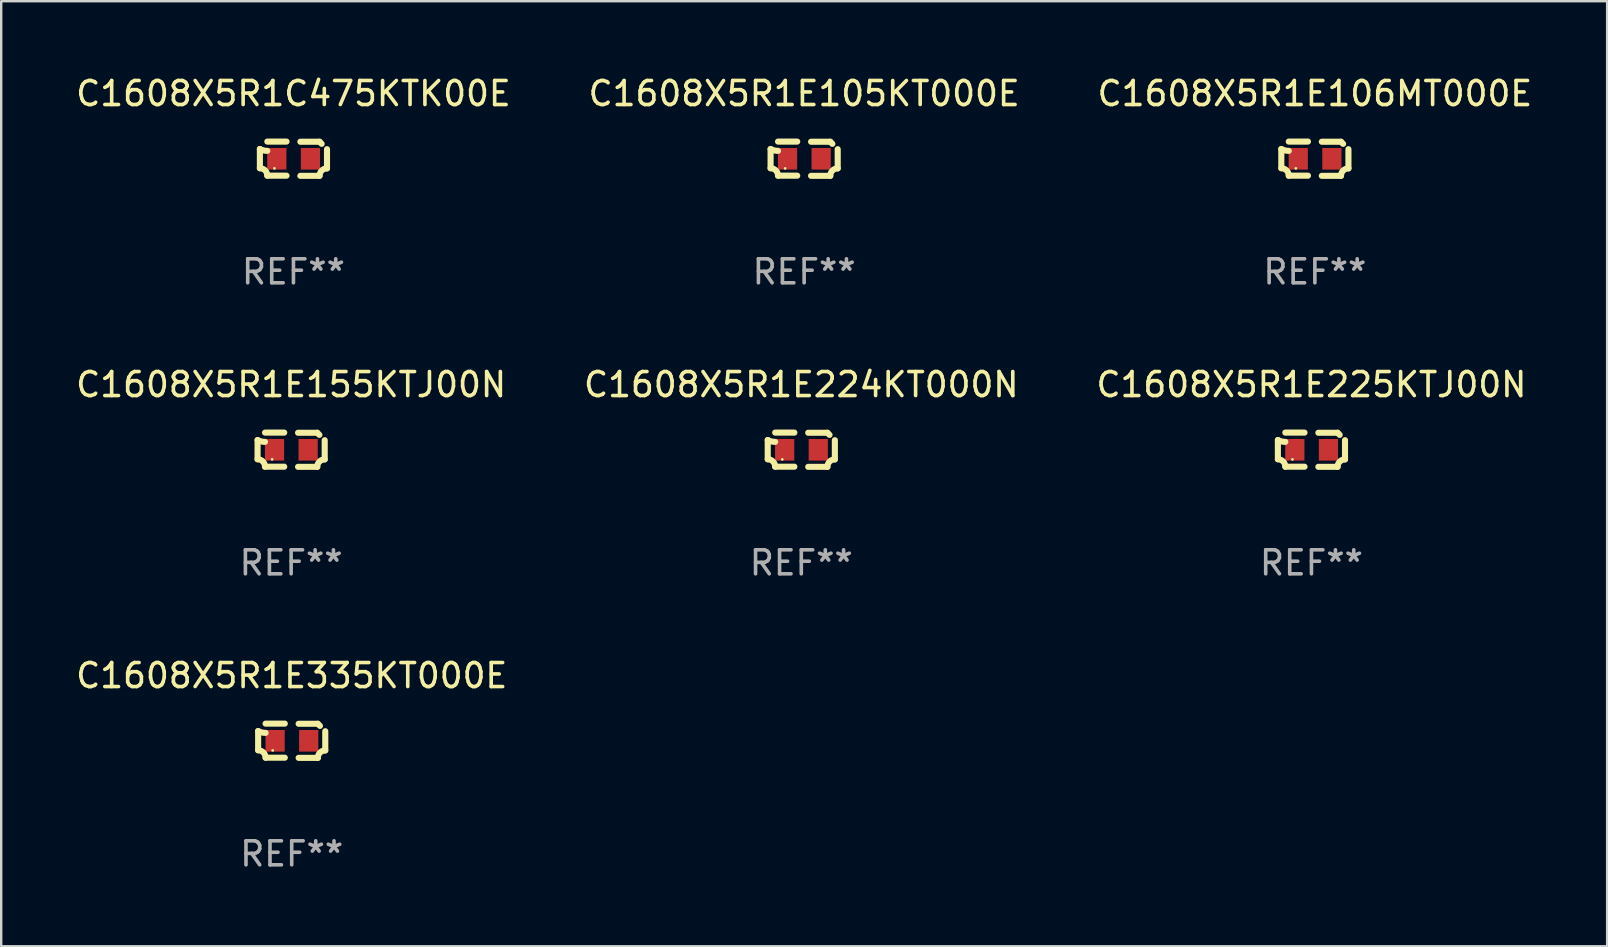
<source format=kicad_pcb>
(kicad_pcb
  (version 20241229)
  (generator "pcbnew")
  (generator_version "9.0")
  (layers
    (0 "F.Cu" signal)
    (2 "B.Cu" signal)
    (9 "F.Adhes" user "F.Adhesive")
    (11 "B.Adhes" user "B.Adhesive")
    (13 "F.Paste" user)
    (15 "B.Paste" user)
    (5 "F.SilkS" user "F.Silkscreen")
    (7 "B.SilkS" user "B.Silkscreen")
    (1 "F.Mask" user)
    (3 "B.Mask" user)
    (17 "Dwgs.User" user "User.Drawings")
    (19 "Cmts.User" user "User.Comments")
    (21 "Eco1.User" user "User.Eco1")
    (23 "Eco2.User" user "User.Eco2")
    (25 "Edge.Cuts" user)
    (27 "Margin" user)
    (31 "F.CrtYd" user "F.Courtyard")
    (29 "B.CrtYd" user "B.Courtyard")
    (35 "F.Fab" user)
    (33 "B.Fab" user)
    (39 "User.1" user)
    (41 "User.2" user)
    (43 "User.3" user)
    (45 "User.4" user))
  (footprint "C1608X5R1E224KT000N"
    (layer "F.Cu")
    (at 30.327 15.683)
    (property "Reference" "C1608X5R1E224KT000N" (at 0 -2.713 0) (layer "F.SilkS") (effects (font (size 1 1) (thickness 0.15))))
    (attr through_hole)
    (fp_line (start -1.398 -0.403) (end -1.398 0.397) (stroke (width 0.254) (type solid)) (layer "F.SilkS"))
    (fp_line (start -0.288 -0.713) (end -1.088 -0.713) (stroke (width 0.254) (type solid)) (layer "F.SilkS"))
    (fp_line (start -0.288 0.707) (end -1.088 0.707) (stroke (width 0.254) (type solid)) (layer "F.SilkS"))
    (fp_line (start 0.288 -0.707) (end 1.088 -0.707) (stroke (width 0.254) (type solid)) (layer "F.SilkS"))
    (fp_line (start 0.288 0.713) (end 1.088 0.713) (stroke (width 0.254) (type solid)) (layer "F.SilkS"))
    (fp_line (start 1.398 -0.397) (end 1.398 0.403) (stroke (width 0.254) (type solid)) (layer "F.SilkS"))
    (fp_arc (start -1.397789 0.397066) (mid -1.178701 0.487826) (end -1.08796 0.706922) (stroke (width 0.254001) (type solid)) (layer "F.SilkS"))
    (fp_arc (start -1.08796 -0.327176) (mid -1.247436 -0.346384) (end -1.39779 -0.402908) (stroke (width 0.254001) (type solid)) (layer "F.SilkS"))
    (fp_arc (start 1.087909 0.712738) (mid 1.178656 0.493655) (end 1.397739 0.402908) (stroke (width 0.254001) (type solid)) (layer "F.SilkS"))
    (fp_arc (start 1.175925 -0.618926) (mid 1.131917 -0.662923) (end 1.08791 -0.706922) (stroke (width 0.254001) (type solid)) (layer "F.SilkS"))
    (fp_circle (center -0.792 0.403) (end -0.762 0.403) (stroke (width 0.06) (type solid)) (fill no) (layer "F.SilkS"))
    (fp_text user "REF**" (at 0 4.713 0) (layer "F.Fab") (effects (font (size 1 1) (thickness 0.15))))
    (pad "1" smd rect (at -0.692 0.003) (size 0.8 0.9) (layers "F.Cu" "F.Mask" "F.Paste"))
    (pad "2" smd rect (at 0.708 0.003) (size 0.8 0.9) (layers "F.Cu" "F.Mask" "F.Paste")))
  (footprint "C1608X5R1E335KT000E"
    (layer "F.Cu")
    (at 9.101 27.805)
    (property "Reference" "C1608X5R1E335KT000E" (at 0 -2.713 0) (layer "F.SilkS") (effects (font (size 1 1) (thickness 0.15))))
    (attr through_hole)
    (fp_line (start -1.398 -0.403) (end -1.398 0.397) (stroke (width 0.254) (type solid)) (layer "F.SilkS"))
    (fp_line (start -0.288 -0.713) (end -1.088 -0.713) (stroke (width 0.254) (type solid)) (layer "F.SilkS"))
    (fp_line (start -0.288 0.707) (end -1.088 0.707) (stroke (width 0.254) (type solid)) (layer "F.SilkS"))
    (fp_line (start 0.288 -0.707) (end 1.088 -0.707) (stroke (width 0.254) (type solid)) (layer "F.SilkS"))
    (fp_line (start 0.288 0.713) (end 1.088 0.713) (stroke (width 0.254) (type solid)) (layer "F.SilkS"))
    (fp_line (start 1.398 -0.397) (end 1.398 0.403) (stroke (width 0.254) (type solid)) (layer "F.SilkS"))
    (fp_arc (start -1.397789 0.397066) (mid -1.178701 0.487826) (end -1.08796 0.706922) (stroke (width 0.254001) (type solid)) (layer "F.SilkS"))
    (fp_arc (start -1.08796 -0.327176) (mid -1.247436 -0.346384) (end -1.39779 -0.402908) (stroke (width 0.254001) (type solid)) (layer "F.SilkS"))
    (fp_arc (start 1.087909 0.712738) (mid 1.178656 0.493655) (end 1.397739 0.402908) (stroke (width 0.254001) (type solid)) (layer "F.SilkS"))
    (fp_arc (start 1.175925 -0.618926) (mid 1.131917 -0.662923) (end 1.08791 -0.706922) (stroke (width 0.254001) (type solid)) (layer "F.SilkS"))
    (fp_circle (center -0.792 0.403) (end -0.762 0.403) (stroke (width 0.06) (type solid)) (fill no) (layer "F.SilkS"))
    (fp_text user "REF**" (at 0 4.713 0) (layer "F.Fab") (effects (font (size 1 1) (thickness 0.15))))
    (pad "1" smd rect (at -0.692 0.003) (size 0.8 0.9) (layers "F.Cu" "F.Mask" "F.Paste"))
    (pad "2" smd rect (at 0.708 0.003) (size 0.8 0.9) (layers "F.Cu" "F.Mask" "F.Paste")))
  (footprint "C1608X5R1E225KTJ00N"
    (layer "F.Cu")
    (at 51.577 15.683)
    (property "Reference" "C1608X5R1E225KTJ00N" (at 0 -2.713 0) (layer "F.SilkS") (effects (font (size 1 1) (thickness 0.15))))
    (attr through_hole)
    (fp_line (start -1.398 -0.403) (end -1.398 0.397) (stroke (width 0.254) (type solid)) (layer "F.SilkS"))
    (fp_line (start -0.288 -0.713) (end -1.088 -0.713) (stroke (width 0.254) (type solid)) (layer "F.SilkS"))
    (fp_line (start -0.288 0.707) (end -1.088 0.707) (stroke (width 0.254) (type solid)) (layer "F.SilkS"))
    (fp_line (start 0.288 -0.707) (end 1.088 -0.707) (stroke (width 0.254) (type solid)) (layer "F.SilkS"))
    (fp_line (start 0.288 0.713) (end 1.088 0.713) (stroke (width 0.254) (type solid)) (layer "F.SilkS"))
    (fp_line (start 1.398 -0.397) (end 1.398 0.403) (stroke (width 0.254) (type solid)) (layer "F.SilkS"))
    (fp_arc (start -1.397789 0.397066) (mid -1.178701 0.487826) (end -1.08796 0.706922) (stroke (width 0.254001) (type solid)) (layer "F.SilkS"))
    (fp_arc (start -1.08796 -0.327176) (mid -1.247436 -0.346384) (end -1.39779 -0.402908) (stroke (width 0.254001) (type solid)) (layer "F.SilkS"))
    (fp_arc (start 1.087909 0.712738) (mid 1.178656 0.493655) (end 1.397739 0.402908) (stroke (width 0.254001) (type solid)) (layer "F.SilkS"))
    (fp_arc (start 1.175925 -0.618926) (mid 1.131917 -0.662923) (end 1.08791 -0.706922) (stroke (width 0.254001) (type solid)) (layer "F.SilkS"))
    (fp_circle (center -0.792 0.403) (end -0.762 0.403) (stroke (width 0.06) (type solid)) (fill no) (layer "F.SilkS"))
    (fp_text user "REF**" (at 0 4.713 0) (layer "F.Fab") (effects (font (size 1 1) (thickness 0.15))))
    (pad "1" smd rect (at -0.692 0.003) (size 0.8 0.9) (layers "F.Cu" "F.Mask" "F.Paste"))
    (pad "2" smd rect (at 0.708 0.003) (size 0.8 0.9) (layers "F.Cu" "F.Mask" "F.Paste")))
  (footprint "C1608X5R1E155KTJ00N"
    (layer "F.Cu")
    (at 9.077 15.683)
    (property "Reference" "C1608X5R1E155KTJ00N" (at 0 -2.713 0) (layer "F.SilkS") (effects (font (size 1 1) (thickness 0.15))))
    (attr through_hole)
    (fp_line (start -1.398 -0.403) (end -1.398 0.397) (stroke (width 0.254) (type solid)) (layer "F.SilkS"))
    (fp_line (start -0.288 -0.713) (end -1.088 -0.713) (stroke (width 0.254) (type solid)) (layer "F.SilkS"))
    (fp_line (start -0.288 0.707) (end -1.088 0.707) (stroke (width 0.254) (type solid)) (layer "F.SilkS"))
    (fp_line (start 0.288 -0.707) (end 1.088 -0.707) (stroke (width 0.254) (type solid)) (layer "F.SilkS"))
    (fp_line (start 0.288 0.713) (end 1.088 0.713) (stroke (width 0.254) (type solid)) (layer "F.SilkS"))
    (fp_line (start 1.398 -0.397) (end 1.398 0.403) (stroke (width 0.254) (type solid)) (layer "F.SilkS"))
    (fp_arc (start -1.397789 0.397066) (mid -1.178701 0.487826) (end -1.08796 0.706922) (stroke (width 0.254001) (type solid)) (layer "F.SilkS"))
    (fp_arc (start -1.08796 -0.327176) (mid -1.247436 -0.346384) (end -1.39779 -0.402908) (stroke (width 0.254001) (type solid)) (layer "F.SilkS"))
    (fp_arc (start 1.087909 0.712738) (mid 1.178656 0.493655) (end 1.397739 0.402908) (stroke (width 0.254001) (type solid)) (layer "F.SilkS"))
    (fp_arc (start 1.175925 -0.618926) (mid 1.131917 -0.662923) (end 1.08791 -0.706922) (stroke (width 0.254001) (type solid)) (layer "F.SilkS"))
    (fp_circle (center -0.792 0.403) (end -0.762 0.403) (stroke (width 0.06) (type solid)) (fill no) (layer "F.SilkS"))
    (fp_text user "REF**" (at 0 4.713 0) (layer "F.Fab") (effects (font (size 1 1) (thickness 0.15))))
    (pad "1" smd rect (at -0.692 0.003) (size 0.8 0.9) (layers "F.Cu" "F.Mask" "F.Paste"))
    (pad "2" smd rect (at 0.708 0.003) (size 0.8 0.9) (layers "F.Cu" "F.Mask" "F.Paste")))
  (footprint "C1608X5R1C475KTK00E"
    (layer "F.Cu")
    (at 9.173 3.561)
    (property "Reference" "C1608X5R1C475KTK00E" (at 0 -2.713 0) (layer "F.SilkS") (effects (font (size 1 1) (thickness 0.15))))
    (attr through_hole)
    (fp_line (start -1.398 -0.403) (end -1.398 0.397) (stroke (width 0.254) (type solid)) (layer "F.SilkS"))
    (fp_line (start -0.288 -0.713) (end -1.088 -0.713) (stroke (width 0.254) (type solid)) (layer "F.SilkS"))
    (fp_line (start -0.288 0.707) (end -1.088 0.707) (stroke (width 0.254) (type solid)) (layer "F.SilkS"))
    (fp_line (start 0.288 -0.707) (end 1.088 -0.707) (stroke (width 0.254) (type solid)) (layer "F.SilkS"))
    (fp_line (start 0.288 0.713) (end 1.088 0.713) (stroke (width 0.254) (type solid)) (layer "F.SilkS"))
    (fp_line (start 1.398 -0.397) (end 1.398 0.403) (stroke (width 0.254) (type solid)) (layer "F.SilkS"))
    (fp_arc (start -1.397789 0.397066) (mid -1.178701 0.487826) (end -1.08796 0.706922) (stroke (width 0.254001) (type solid)) (layer "F.SilkS"))
    (fp_arc (start -1.08796 -0.327176) (mid -1.247436 -0.346384) (end -1.39779 -0.402908) (stroke (width 0.254001) (type solid)) (layer "F.SilkS"))
    (fp_arc (start 1.087909 0.712738) (mid 1.178656 0.493655) (end 1.397739 0.402908) (stroke (width 0.254001) (type solid)) (layer "F.SilkS"))
    (fp_arc (start 1.175925 -0.618926) (mid 1.131917 -0.662923) (end 1.08791 -0.706922) (stroke (width 0.254001) (type solid)) (layer "F.SilkS"))
    (fp_circle (center -0.792 0.403) (end -0.762 0.403) (stroke (width 0.06) (type solid)) (fill no) (layer "F.SilkS"))
    (fp_text user "REF**" (at 0 4.713 0) (layer "F.Fab") (effects (font (size 1 1) (thickness 0.15))))
    (pad "1" smd rect (at -0.692 0.003) (size 0.8 0.9) (layers "F.Cu" "F.Mask" "F.Paste"))
    (pad "2" smd rect (at 0.708 0.003) (size 0.8 0.9) (layers "F.Cu" "F.Mask" "F.Paste")))
  (footprint "C1608X5R1E106MT000E"
    (layer "F.Cu")
    (at 51.72 3.561)
    (property "Reference" "C1608X5R1E106MT000E" (at 0 -2.713 0) (layer "F.SilkS") (effects (font (size 1 1) (thickness 0.15))))
    (attr through_hole)
    (fp_line (start -1.398 -0.403) (end -1.398 0.397) (stroke (width 0.254) (type solid)) (layer "F.SilkS"))
    (fp_line (start -0.288 -0.713) (end -1.088 -0.713) (stroke (width 0.254) (type solid)) (layer "F.SilkS"))
    (fp_line (start -0.288 0.707) (end -1.088 0.707) (stroke (width 0.254) (type solid)) (layer "F.SilkS"))
    (fp_line (start 0.288 -0.707) (end 1.088 -0.707) (stroke (width 0.254) (type solid)) (layer "F.SilkS"))
    (fp_line (start 0.288 0.713) (end 1.088 0.713) (stroke (width 0.254) (type solid)) (layer "F.SilkS"))
    (fp_line (start 1.398 -0.397) (end 1.398 0.403) (stroke (width 0.254) (type solid)) (layer "F.SilkS"))
    (fp_arc (start -1.397789 0.397066) (mid -1.178701 0.487826) (end -1.08796 0.706922) (stroke (width 0.254001) (type solid)) (layer "F.SilkS"))
    (fp_arc (start -1.08796 -0.327176) (mid -1.247436 -0.346384) (end -1.39779 -0.402908) (stroke (width 0.254001) (type solid)) (layer "F.SilkS"))
    (fp_arc (start 1.087909 0.712738) (mid 1.178656 0.493655) (end 1.397739 0.402908) (stroke (width 0.254001) (type solid)) (layer "F.SilkS"))
    (fp_arc (start 1.175925 -0.618926) (mid 1.131917 -0.662923) (end 1.08791 -0.706922) (stroke (width 0.254001) (type solid)) (layer "F.SilkS"))
    (fp_circle (center -0.792 0.403) (end -0.762 0.403) (stroke (width 0.06) (type solid)) (fill no) (layer "F.SilkS"))
    (fp_text user "REF**" (at 0 4.713 0) (layer "F.Fab") (effects (font (size 1 1) (thickness 0.15))))
    (pad "1" smd rect (at -0.692 0.003) (size 0.8 0.9) (layers "F.Cu" "F.Mask" "F.Paste"))
    (pad "2" smd rect (at 0.708 0.003) (size 0.8 0.9) (layers "F.Cu" "F.Mask" "F.Paste")))
  (footprint "C1608X5R1E105KT000E"
    (layer "F.Cu")
    (at 30.446 3.561)
    (property "Reference" "C1608X5R1E105KT000E" (at 0 -2.713 0) (layer "F.SilkS") (effects (font (size 1 1) (thickness 0.15))))
    (attr through_hole)
    (fp_line (start -1.398 -0.403) (end -1.398 0.397) (stroke (width 0.254) (type solid)) (layer "F.SilkS"))
    (fp_line (start -0.288 -0.713) (end -1.088 -0.713) (stroke (width 0.254) (type solid)) (layer "F.SilkS"))
    (fp_line (start -0.288 0.707) (end -1.088 0.707) (stroke (width 0.254) (type solid)) (layer "F.SilkS"))
    (fp_line (start 0.288 -0.707) (end 1.088 -0.707) (stroke (width 0.254) (type solid)) (layer "F.SilkS"))
    (fp_line (start 0.288 0.713) (end 1.088 0.713) (stroke (width 0.254) (type solid)) (layer "F.SilkS"))
    (fp_line (start 1.398 -0.397) (end 1.398 0.403) (stroke (width 0.254) (type solid)) (layer "F.SilkS"))
    (fp_arc (start -1.397789 0.397066) (mid -1.178701 0.487826) (end -1.08796 0.706922) (stroke (width 0.254001) (type solid)) (layer "F.SilkS"))
    (fp_arc (start -1.08796 -0.327176) (mid -1.247436 -0.346384) (end -1.39779 -0.402908) (stroke (width 0.254001) (type solid)) (layer "F.SilkS"))
    (fp_arc (start 1.087909 0.712738) (mid 1.178656 0.493655) (end 1.397739 0.402908) (stroke (width 0.254001) (type solid)) (layer "F.SilkS"))
    (fp_arc (start 1.175925 -0.618926) (mid 1.131917 -0.662923) (end 1.08791 -0.706922) (stroke (width 0.254001) (type solid)) (layer "F.SilkS"))
    (fp_circle (center -0.792 0.403) (end -0.762 0.403) (stroke (width 0.06) (type solid)) (fill no) (layer "F.SilkS"))
    (fp_text user "REF**" (at 0 4.713 0) (layer "F.Fab") (effects (font (size 1 1) (thickness 0.15))))
    (pad "1" smd rect (at -0.692 0.003) (size 0.8 0.9) (layers "F.Cu" "F.Mask" "F.Paste"))
    (pad "2" smd rect (at 0.708 0.003) (size 0.8 0.9) (layers "F.Cu" "F.Mask" "F.Paste")))
  (gr_rect
    (start -3 -3)
    (end 63.893 36.366)
    (stroke (width 0.1) (type default))
    (fill no)
    (layer "Edge.Cuts")))
</source>
